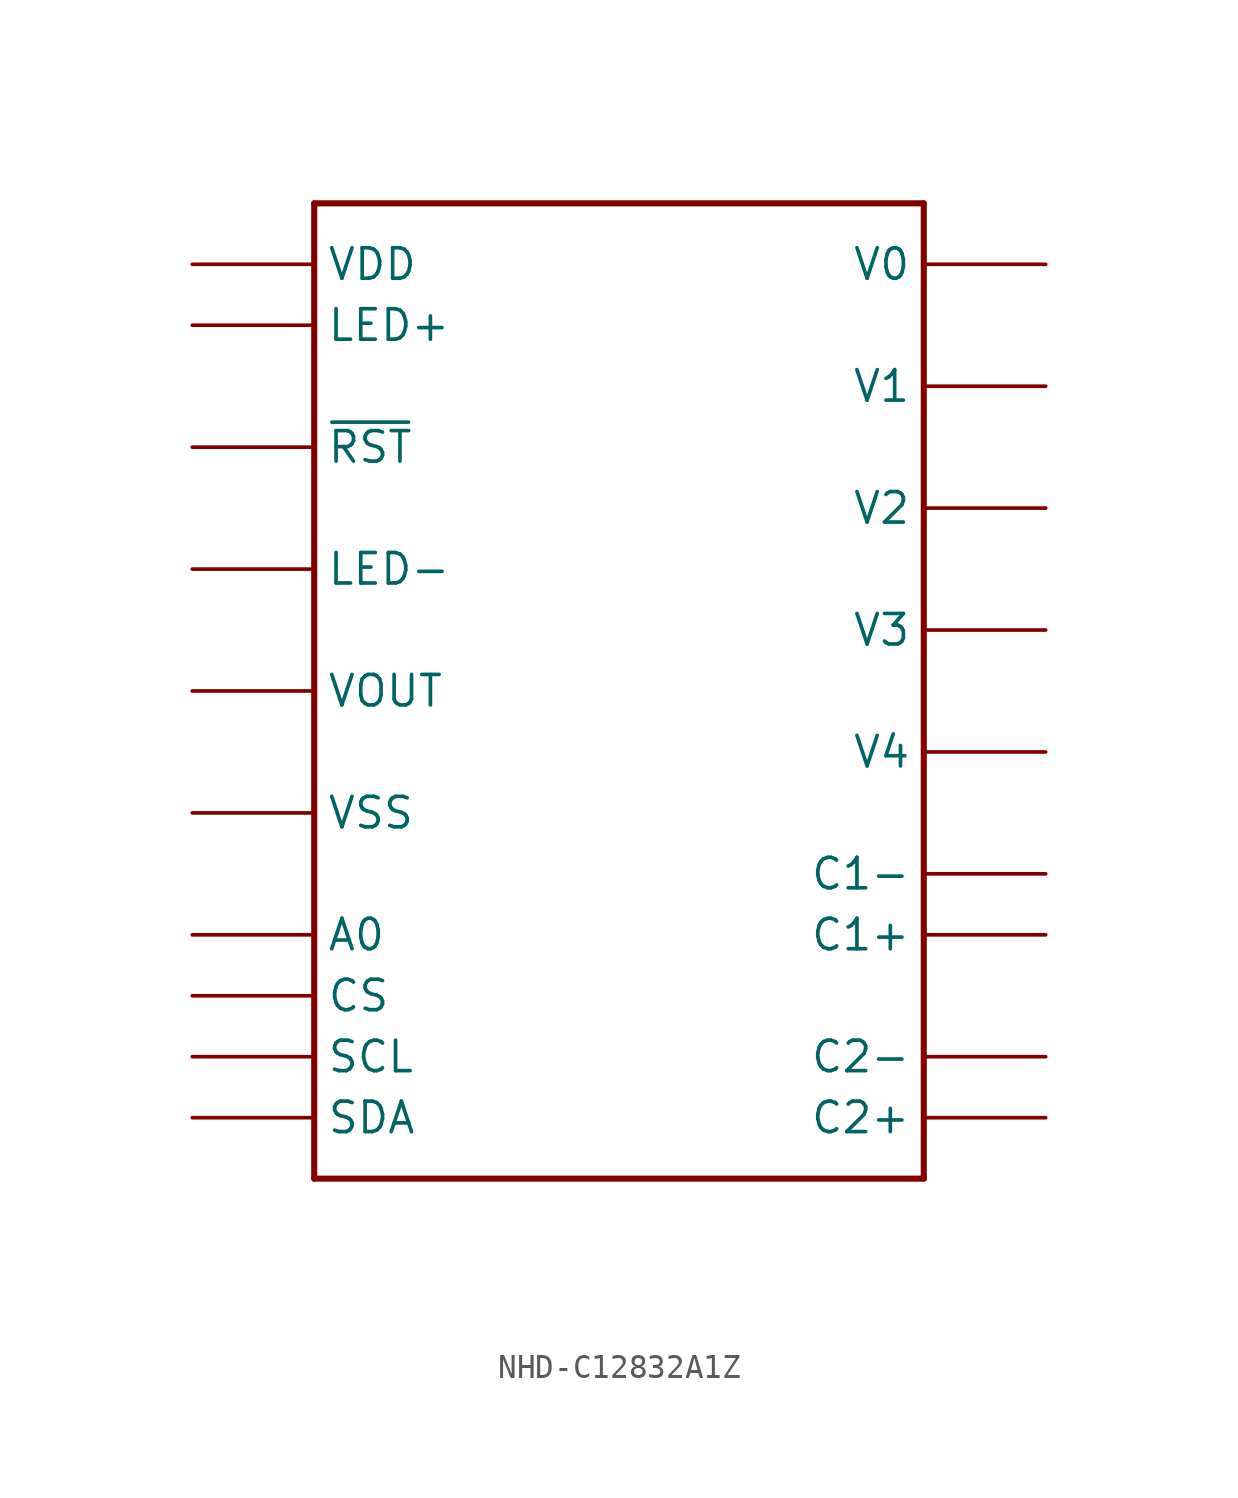
<source format=kicad_sym>
(kicad_symbol_lib
  (version 20220914)
  (generator kicad_symbol_editor)
  (symbol "NHD-C12832A1Z"
    (property "Reference" ""
      (at -12.7 20.32 0)
      (effects (font (size 1.778 1.511)) (justify left bottom) hide))
    (property "Value" ""
      (at 5.08 -22.86 0)
      (effects (font (size 1.778 1.511)) (justify left bottom)))
    (property "ki_locked" ""
      (at 0 0 0)
      (effects (font (size 1.27 1.27))))
    (symbol "NHD-C12832A1Z_1_0"
      (polyline (pts (xy -12.7 -20.32) (xy -12.7 20.32)) (stroke (width 0.254) (type solid)) (fill (type none)))
      (polyline (pts (xy -12.7 20.32) (xy 12.7 20.32)) (stroke (width 0.254) (type solid)) (fill (type none)))
      (polyline (pts (xy 12.7 -20.32) (xy -12.7 -20.32)) (stroke (width 0.254) (type solid)) (fill (type none)))
      (polyline (pts (xy 12.7 20.32) (xy 12.7 -20.32)) (stroke (width 0.254) (type solid)) (fill (type none)))
      (pin bidirectional line (at 17.78 17.78 180) (length 5.08) (name "V0" (effects (font (size 1.27 1.27)))) (number "P1" (effects (font (size 0 0)))))
      (pin bidirectional line (at -17.78 0 0) (length 5.08) (name "VOUT" (effects (font (size 1.27 1.27)))) (number "P10" (effects (font (size 0 0)))))
      (pin power_in line (at -17.78 -5.08 0) (length 5.08) (name "VSS" (effects (font (size 1.27 1.27)))) (number "P11" (effects (font (size 0 0)))))
      (pin power_in line (at -17.78 17.78 0) (length 5.08) (name "VDD" (effects (font (size 1.27 1.27)))) (number "P12" (effects (font (size 0 0)))))
      (pin bidirectional line (at -17.78 -17.78 0) (length 5.08) (name "SDA" (effects (font (size 1.27 1.27)))) (number "P13" (effects (font (size 0 0)))))
      (pin bidirectional line (at -17.78 -15.24 0) (length 5.08) (name "SCL" (effects (font (size 1.27 1.27)))) (number "P14" (effects (font (size 0 0)))))
      (pin bidirectional line (at -17.78 -10.16 0) (length 5.08) (name "A0" (effects (font (size 1.27 1.27)))) (number "P15" (effects (font (size 0 0)))))
      (pin bidirectional line (at -17.78 10.16 0) (length 5.08) (name "~{RST}" (effects (font (size 1.27 1.27)))) (number "P16" (effects (font (size 0 0)))))
      (pin bidirectional line (at -17.78 -12.7 0) (length 5.08) (name "CS" (effects (font (size 1.27 1.27)))) (number "P17" (effects (font (size 0 0)))))
      (pin power_in line (at -17.78 15.24 0) (length 5.08) (name "LED+" (effects (font (size 1.27 1.27)))) (number "P18" (effects (font (size 0 0)))))
      (pin power_in line (at -17.78 5.08 0) (length 5.08) (name "LED-" (effects (font (size 1.27 1.27)))) (number "P19" (effects (font (size 0 0)))))
      (pin bidirectional line (at 17.78 12.7 180) (length 5.08) (name "V1" (effects (font (size 1.27 1.27)))) (number "P2" (effects (font (size 0 0)))))
      (pin bidirectional line (at 17.78 7.62 180) (length 5.08) (name "V2" (effects (font (size 1.27 1.27)))) (number "P3" (effects (font (size 0 0)))))
      (pin bidirectional line (at 17.78 2.54 180) (length 5.08) (name "V3" (effects (font (size 1.27 1.27)))) (number "P4" (effects (font (size 0 0)))))
      (pin bidirectional line (at 17.78 -2.54 180) (length 5.08) (name "V4" (effects (font (size 1.27 1.27)))) (number "P5" (effects (font (size 0 0)))))
      (pin bidirectional line (at 17.78 -15.24 180) (length 5.08) (name "C2-" (effects (font (size 1.27 1.27)))) (number "P6" (effects (font (size 0 0)))))
      (pin bidirectional line (at 17.78 -17.78 180) (length 5.08) (name "C2+" (effects (font (size 1.27 1.27)))) (number "P7" (effects (font (size 0 0)))))
      (pin bidirectional line (at 17.78 -10.16 180) (length 5.08) (name "C1+" (effects (font (size 1.27 1.27)))) (number "P8" (effects (font (size 0 0)))))
      (pin bidirectional line (at 17.78 -7.62 180) (length 5.08) (name "C1-" (effects (font (size 1.27 1.27)))) (number "P9" (effects (font (size 0 0))))))))
</source>
